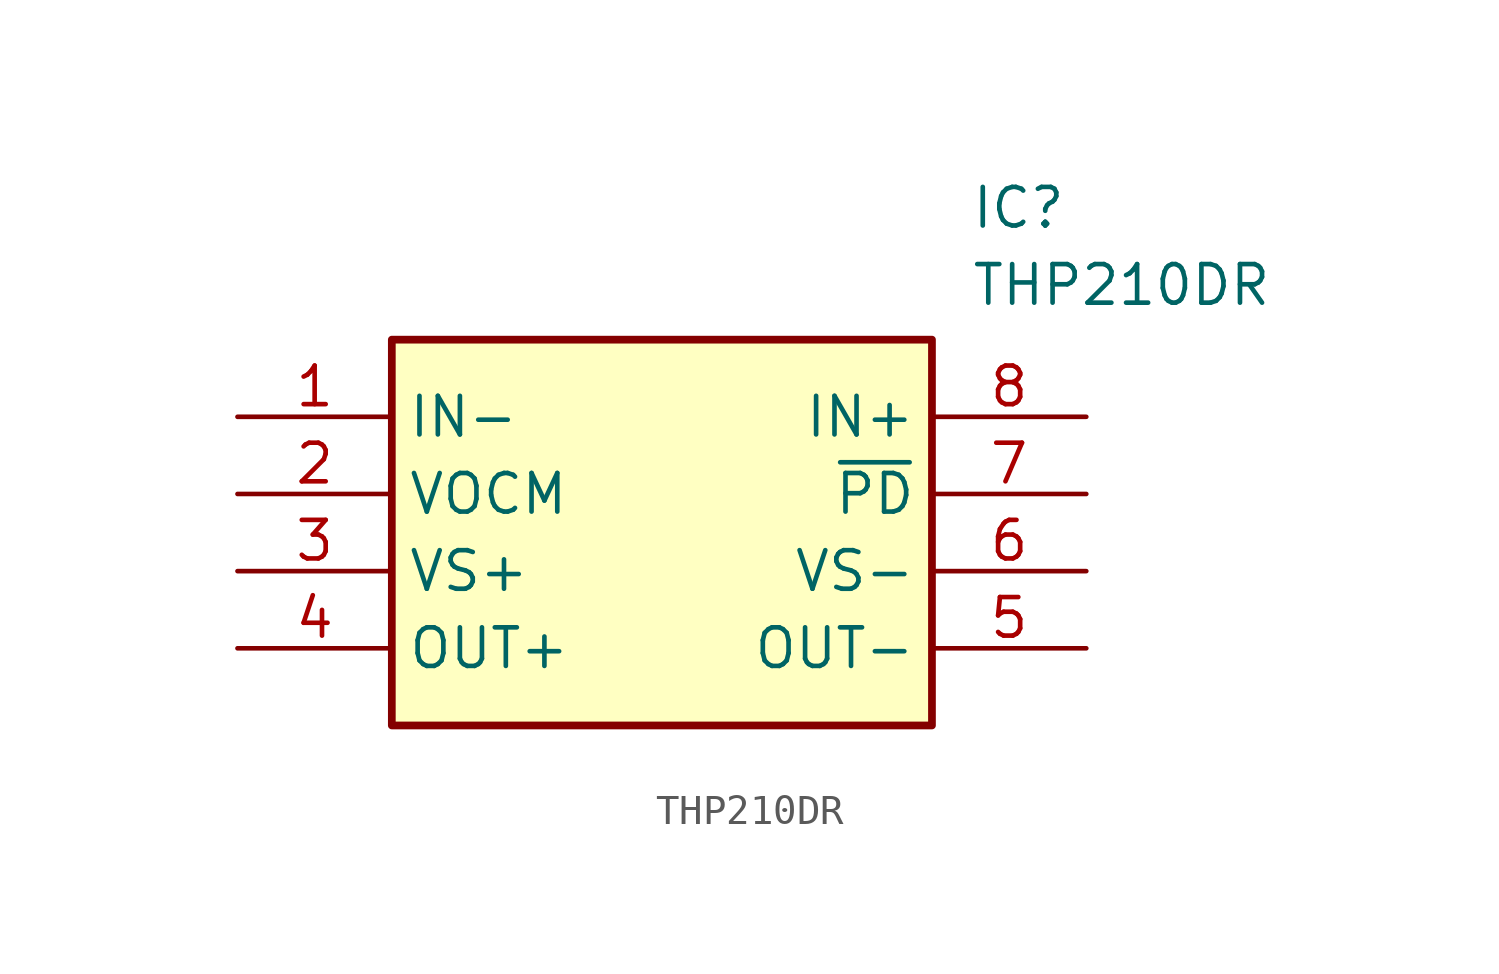
<source format=kicad_sym>
(kicad_symbol_lib
  (version 20211014)
  (generator SamacSys_ECAD_Model)
  (symbol "THP210DR"
    (property "Reference" "IC"
      (at 24.13 7.62 0)
      (effects (font (size 1.27 1.27)) (justify left top)))
    (property "Value" "THP210DR"
      (at 24.13 5.08 0)
      (effects (font (size 1.27 1.27)) (justify left top)))
    (rectangle
      (start 5.08 2.54)
      (end 22.86 -10.16)
      (stroke (width 0.254) (type default))
      (fill (type background)))
    (pin passive line
      (at 0 0 0)
      (length 5.08)
      (name "IN-" (effects (font (size 1.27 1.27))))
      (number "1" (effects (font (size 1.27 1.27)))))
    (pin passive line
      (at 0 -2.54 0)
      (length 5.08)
      (name "VOCM" (effects (font (size 1.27 1.27))))
      (number "2" (effects (font (size 1.27 1.27)))))
    (pin passive line
      (at 0 -5.08 0)
      (length 5.08)
      (name "VS+" (effects (font (size 1.27 1.27))))
      (number "3" (effects (font (size 1.27 1.27)))))
    (pin passive line
      (at 0 -7.62 0)
      (length 5.08)
      (name "OUT+" (effects (font (size 1.27 1.27))))
      (number "4" (effects (font (size 1.27 1.27)))))
    (pin passive line
      (at 27.94 0 180)
      (length 5.08)
      (name "IN+" (effects (font (size 1.27 1.27))))
      (number "8" (effects (font (size 1.27 1.27)))))
    (pin passive line
      (at 27.94 -2.54 180)
      (length 5.08)
      (name "~{PD}" (effects (font (size 1.27 1.27))))
      (number "7" (effects (font (size 1.27 1.27)))))
    (pin passive line
      (at 27.94 -5.08 180)
      (length 5.08)
      (name "VS-" (effects (font (size 1.27 1.27))))
      (number "6" (effects (font (size 1.27 1.27)))))
    (pin passive line
      (at 27.94 -7.62 180)
      (length 5.08)
      (name "OUT-" (effects (font (size 1.27 1.27))))
      (number "5" (effects (font (size 1.27 1.27)))))))
</source>
